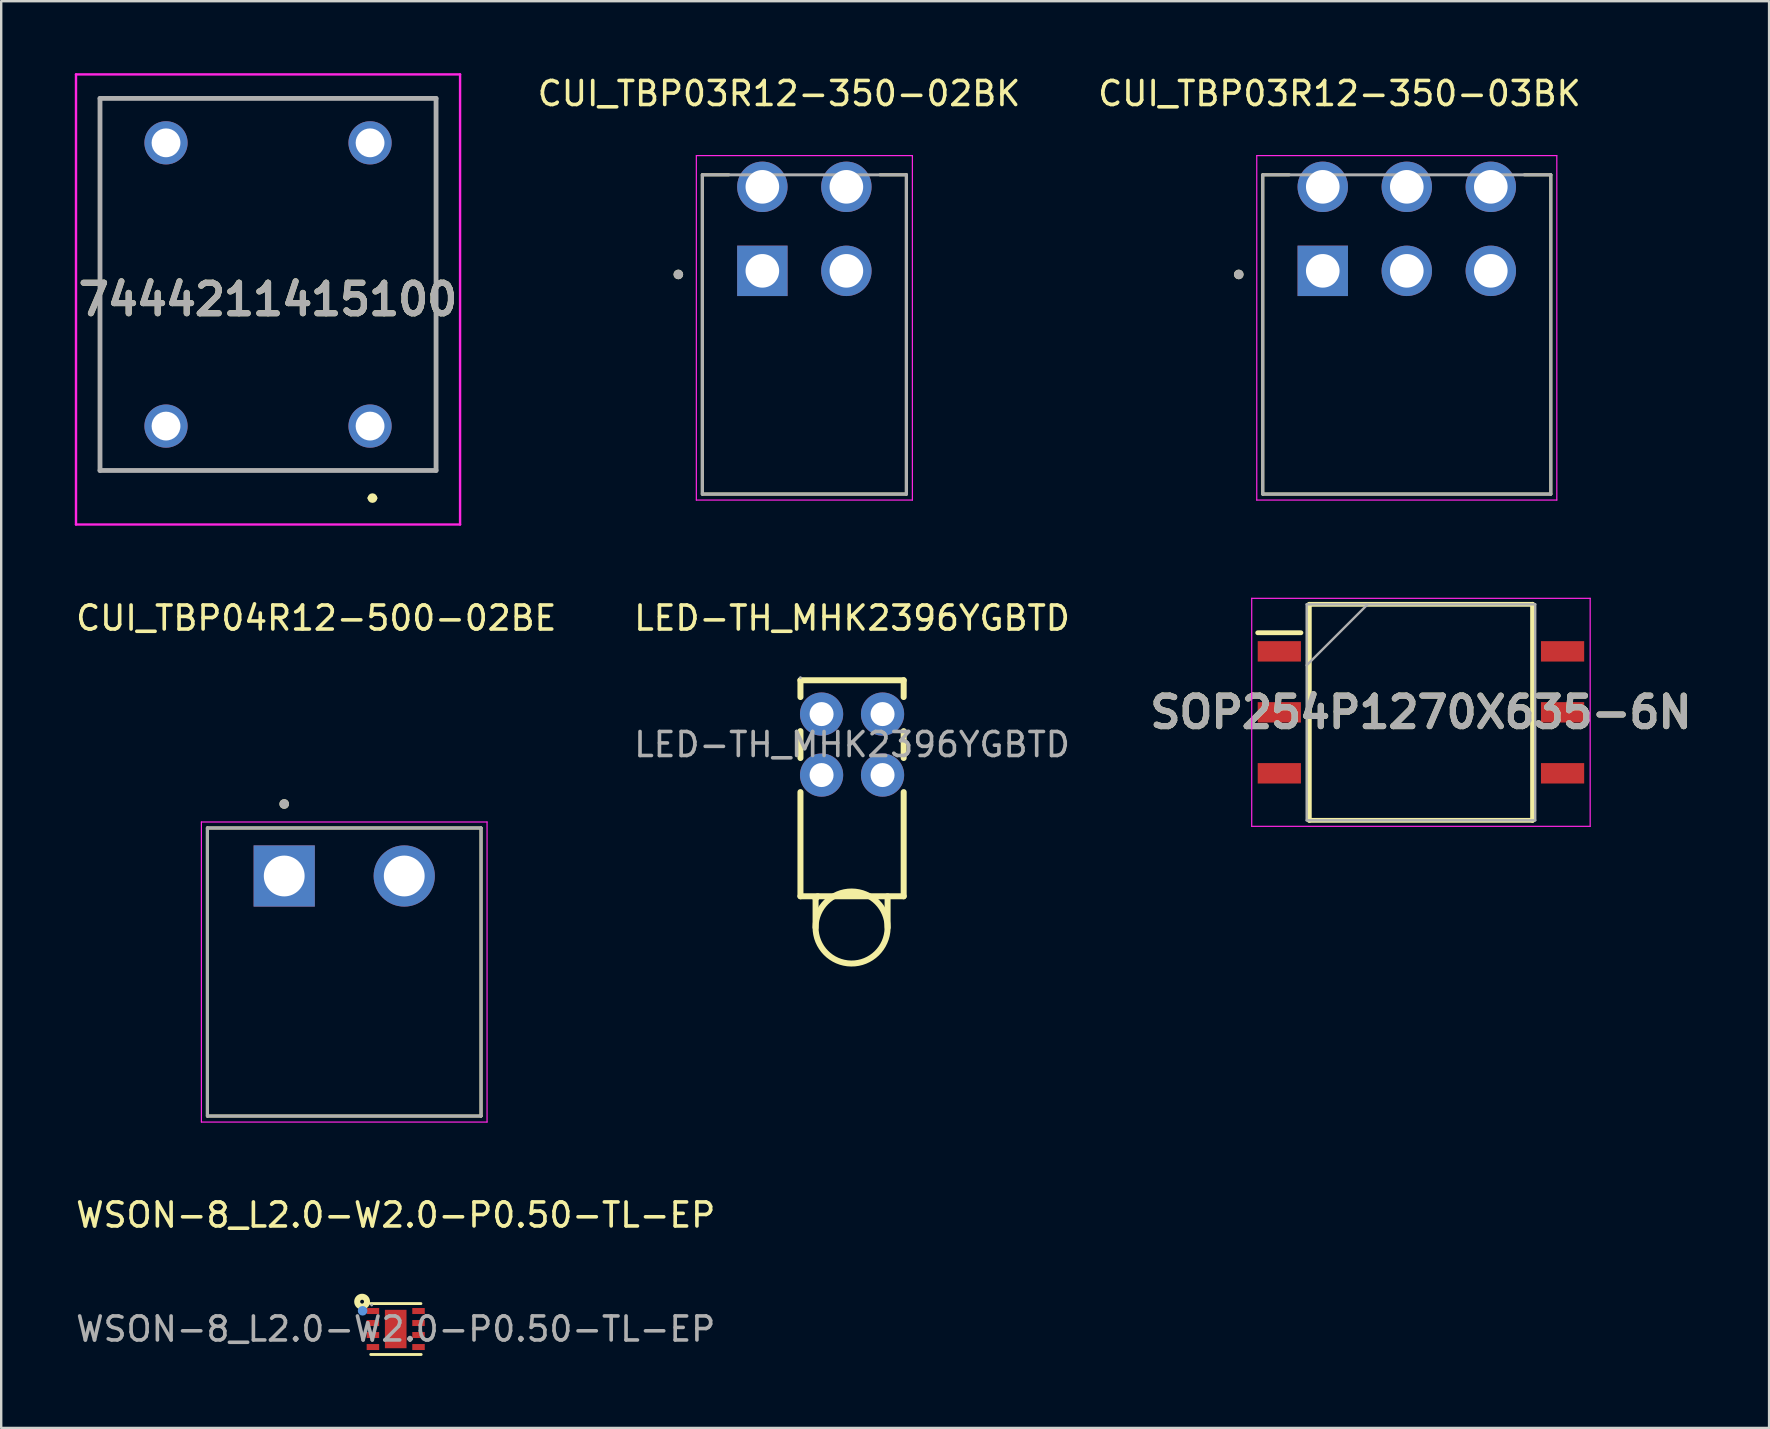
<source format=kicad_pcb>
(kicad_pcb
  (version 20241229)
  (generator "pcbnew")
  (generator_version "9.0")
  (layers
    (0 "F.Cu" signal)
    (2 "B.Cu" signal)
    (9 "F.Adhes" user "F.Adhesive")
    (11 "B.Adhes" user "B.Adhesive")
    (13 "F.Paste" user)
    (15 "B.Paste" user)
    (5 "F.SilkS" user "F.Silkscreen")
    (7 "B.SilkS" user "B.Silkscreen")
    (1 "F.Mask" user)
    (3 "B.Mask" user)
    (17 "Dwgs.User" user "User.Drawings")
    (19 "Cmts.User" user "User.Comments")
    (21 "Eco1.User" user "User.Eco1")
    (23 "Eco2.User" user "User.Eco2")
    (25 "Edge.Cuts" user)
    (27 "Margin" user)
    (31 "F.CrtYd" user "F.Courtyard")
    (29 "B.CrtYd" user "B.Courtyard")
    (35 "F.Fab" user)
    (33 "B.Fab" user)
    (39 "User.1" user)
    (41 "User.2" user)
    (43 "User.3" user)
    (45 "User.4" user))
  (footprint "CUI_TBP03R12-350-03BK"
    (layer "F.Cu")
    (at 52.055 8.233)
    (property "Reference" "CUI_TBP03R12-350-03BK" (at 0.695 -7.385 0) (layer "F.SilkS") (effects (font (size 1 1) (thickness 0.15))))
    (attr through_hole)
    (fp_line (start -2.5 -4) (end -2.5 9.3) (stroke (width 0.127) (type solid)) (layer "F.SilkS"))
    (fp_line (start -2.5 -4) (end -1.4 -4) (stroke (width 0.127) (type solid)) (layer "F.SilkS"))
    (fp_line (start -2.5 9.3) (end 9.5 9.3) (stroke (width 0.127) (type solid)) (layer "F.SilkS"))
    (fp_line (start 9.5 -4) (end 8.4 -4) (stroke (width 0.127) (type solid)) (layer "F.SilkS"))
    (fp_line (start 9.5 9.3) (end 9.5 -4) (stroke (width 0.127) (type solid)) (layer "F.SilkS"))
    (fp_circle (center -3.5 0.15) (end -3.4 0.15) (stroke (width 0.2) (type solid)) (fill no) (layer "F.SilkS"))
    (fp_line (start -2.75 -4.8) (end -2.75 9.55) (stroke (width 0.05) (type solid)) (layer "F.CrtYd"))
    (fp_line (start -2.75 9.55) (end 9.75 9.55) (stroke (width 0.05) (type solid)) (layer "F.CrtYd"))
    (fp_line (start 9.75 -4.8) (end -2.75 -4.8) (stroke (width 0.05) (type solid)) (layer "F.CrtYd"))
    (fp_line (start 9.75 9.55) (end 9.75 -4.8) (stroke (width 0.05) (type solid)) (layer "F.CrtYd"))
    (fp_line (start -2.5 -4) (end -2.5 9.3) (stroke (width 0.127) (type solid)) (layer "F.Fab"))
    (fp_line (start -2.5 9.3) (end 9.5 9.3) (stroke (width 0.127) (type solid)) (layer "F.Fab"))
    (fp_line (start 9.5 -4) (end -2.5 -4) (stroke (width 0.127) (type solid)) (layer "F.Fab"))
    (fp_line (start 9.5 9.3) (end 9.5 -4) (stroke (width 0.127) (type solid)) (layer "F.Fab"))
    (fp_circle (center -3.5 0.15) (end -3.4 0.15) (stroke (width 0.2) (type solid)) (fill no) (layer "F.Fab"))
    (pad "1A" thru_hole rect (at 0 0) (size 2.1 2.1) (drill 1.4) (layers "*.Cu" "*.Mask"))
    (pad "1B" thru_hole circle (at 0 -3.5) (size 2.1 2.1) (drill 1.4) (layers "*.Cu" "*.Mask"))
    (pad "2A" thru_hole circle (at 3.5 0) (size 2.1 2.1) (drill 1.4) (layers "*.Cu" "*.Mask"))
    (pad "2B" thru_hole circle (at 3.5 -3.5) (size 2.1 2.1) (drill 1.4) (layers "*.Cu" "*.Mask"))
    (pad "3A" thru_hole circle (at 7 0) (size 2.1 2.1) (drill 1.4) (layers "*.Cu" "*.Mask"))
    (pad "3B" thru_hole circle (at 7 -3.5) (size 2.1 2.1) (drill 1.4) (layers "*.Cu" "*.Mask")))
  (footprint "LED-TH_MHK2396YGBTD"
    (layer "F.Cu")
    (at 32.446 27.968)
    (property "Reference" "LED-TH_MHK2396YGBTD" (at 0 -5.27 0) (layer "F.SilkS") (effects (font (size 1 1) (thickness 0.15))))
    (attr through_hole)
    (fp_line (start -2.15 -2.68) (end -2.15 -1.98) (stroke (width 0.25) (type solid)) (layer "F.SilkS"))
    (fp_line (start -2.15 -0.56) (end -2.15 0.56) (stroke (width 0.25) (type solid)) (layer "F.SilkS"))
    (fp_line (start -2.15 1.98) (end -2.15 6.32) (stroke (width 0.25) (type solid)) (layer "F.SilkS"))
    (fp_line (start -1.52 6.42) (end -1.43 6.32) (stroke (width 0.25) (type solid)) (layer "F.SilkS"))
    (fp_line (start -1.52 7.62) (end -1.52 6.42) (stroke (width 0.25) (type solid)) (layer "F.SilkS"))
    (fp_line (start 1.48 7.62) (end 1.48 6.32) (stroke (width 0.25) (type solid)) (layer "F.SilkS"))
    (fp_line (start 2.15 -2.68) (end -2.15 -2.68) (stroke (width 0.25) (type solid)) (layer "F.SilkS"))
    (fp_line (start 2.15 -2.68) (end 2.15 -1.98) (stroke (width 0.25) (type solid)) (layer "F.SilkS"))
    (fp_line (start 2.15 -0.56) (end 2.15 0.56) (stroke (width 0.25) (type solid)) (layer "F.SilkS"))
    (fp_line (start 2.15 1.98) (end 2.15 6.32) (stroke (width 0.25) (type solid)) (layer "F.SilkS"))
    (fp_line (start 2.15 6.32) (end -2.15 6.32) (stroke (width 0.25) (type solid)) (layer "F.SilkS"))
    (fp_arc (start 1.479772 7.646179) (mid -1.519943 7.60691) (end 1.48 7.62) (stroke (width 0.25) (type solid)) (layer "F.SilkS"))
    (fp_circle (center -2.15 -2.79) (end -2.12 -2.79) (stroke (width 0.06) (type solid)) (fill no) (layer "F.Fab"))
    (fp_circle (center -1.27 -1.27) (end -1.15 -1.27) (stroke (width 0.25) (type solid)) (fill no) (layer "F.Fab"))
    (fp_circle (center -1.27 1.27) (end -1.15 1.27) (stroke (width 0.25) (type solid)) (fill no) (layer "F.Fab"))
    (fp_circle (center 1.27 -1.27) (end 1.39 -1.27) (stroke (width 0.25) (type solid)) (fill no) (layer "F.Fab"))
    (fp_circle (center 1.27 1.27) (end 1.39 1.27) (stroke (width 0.25) (type solid)) (fill no) (layer "F.Fab"))
    (fp_text user "${REFERENCE}" (at 0 0 0) (layer "F.Fab") (effects (font (size 1 1) (thickness 0.15))))
    (pad "1" thru_hole circle (at -1.27 -1.27) (size 1.8 1.8) (drill 1) (layers "*.Cu" "*.Mask"))
    (pad "2" thru_hole circle (at 1.27 -1.27) (size 1.8 1.8) (drill 1) (layers "*.Cu" "*.Mask"))
    (pad "3" thru_hole circle (at -1.27 1.27) (size 1.8 1.8) (drill 1) (layers "*.Cu" "*.Mask"))
    (pad "4" thru_hole circle (at 1.27 1.27) (size 1.8 1.8) (drill 1) (layers "*.Cu" "*.Mask")))
  (footprint "CUI_TBP04R12-500-02BE"
    (layer "F.Cu")
    (at 8.79 33.443)
    (property "Reference" "CUI_TBP04R12-500-02BE" (at 1.335 -10.745 0) (layer "F.SilkS") (effects (font (size 1 1) (thickness 0.15))))
    (attr through_hole)
    (fp_line (start -3.2 -2) (end 8.2 -2) (stroke (width 0.127) (type solid)) (layer "F.SilkS"))
    (fp_line (start -3.2 10) (end -3.2 -2) (stroke (width 0.127) (type solid)) (layer "F.SilkS"))
    (fp_line (start 8.2 -2) (end 8.2 10) (stroke (width 0.127) (type solid)) (layer "F.SilkS"))
    (fp_line (start 8.2 10) (end -3.2 10) (stroke (width 0.127) (type solid)) (layer "F.SilkS"))
    (fp_circle (center 0 -3) (end 0.1 -3) (stroke (width 0.2) (type solid)) (fill no) (layer "F.SilkS"))
    (fp_line (start -3.45 -2.25) (end 8.45 -2.25) (stroke (width 0.05) (type solid)) (layer "F.CrtYd"))
    (fp_line (start -3.45 10.25) (end -3.45 -2.25) (stroke (width 0.05) (type solid)) (layer "F.CrtYd"))
    (fp_line (start 8.45 -2.25) (end 8.45 10.25) (stroke (width 0.05) (type solid)) (layer "F.CrtYd"))
    (fp_line (start 8.45 10.25) (end -3.45 10.25) (stroke (width 0.05) (type solid)) (layer "F.CrtYd"))
    (fp_line (start -3.2 -2) (end 8.2 -2) (stroke (width 0.127) (type solid)) (layer "F.Fab"))
    (fp_line (start -3.2 10) (end -3.2 -2) (stroke (width 0.127) (type solid)) (layer "F.Fab"))
    (fp_line (start 8.2 -2) (end 8.2 10) (stroke (width 0.127) (type solid)) (layer "F.Fab"))
    (fp_line (start 8.2 10) (end -3.2 10) (stroke (width 0.127) (type solid)) (layer "F.Fab"))
    (fp_circle (center 0 -3) (end 0.1 -3) (stroke (width 0.2) (type solid)) (fill no) (layer "F.Fab"))
    (pad "1" thru_hole rect (at 0 0) (size 2.55 2.55) (drill 1.7) (layers "*.Cu" "*.Mask"))
    (pad "2" thru_hole circle (at 5 0) (size 2.55 2.55) (drill 1.7) (layers "*.Cu" "*.Mask")))
  (footprint "SOP254P1270X635-6N"
    (layer "F.Cu")
    (at 56.145 26.625)
    (property "Reference" "SOP254P1270X635-6N" (at 0 0 0) (layer "F.SilkS") (effects (font (size 1.27 1.27) (thickness 0.254))))
    (attr smd)
    (fp_line (start -6.8 -3.315) (end -5 -3.315) (stroke (width 0.2) (type solid)) (layer "F.SilkS"))
    (fp_line (start -4.65 -4.5) (end 4.65 -4.5) (stroke (width 0.2) (type solid)) (layer "F.SilkS"))
    (fp_line (start -4.65 4.5) (end -4.65 -4.5) (stroke (width 0.2) (type solid)) (layer "F.SilkS"))
    (fp_line (start 4.65 -4.5) (end 4.65 4.5) (stroke (width 0.2) (type solid)) (layer "F.SilkS"))
    (fp_line (start 4.65 4.5) (end -4.65 4.5) (stroke (width 0.2) (type solid)) (layer "F.SilkS"))
    (fp_line (start -7.05 -4.75) (end 7.05 -4.75) (stroke (width 0.05) (type solid)) (layer "F.CrtYd"))
    (fp_line (start -7.05 4.75) (end -7.05 -4.75) (stroke (width 0.05) (type solid)) (layer "F.CrtYd"))
    (fp_line (start 7.05 -4.75) (end 7.05 4.75) (stroke (width 0.05) (type solid)) (layer "F.CrtYd"))
    (fp_line (start 7.05 4.75) (end -7.05 4.75) (stroke (width 0.05) (type solid)) (layer "F.CrtYd"))
    (fp_line (start -4.76 -4.5) (end 4.76 -4.5) (stroke (width 0.1) (type solid)) (layer "F.Fab"))
    (fp_line (start -4.76 -1.96) (end -2.22 -4.5) (stroke (width 0.1) (type solid)) (layer "F.Fab"))
    (fp_line (start -4.76 4.5) (end -4.76 -4.5) (stroke (width 0.1) (type solid)) (layer "F.Fab"))
    (fp_line (start 4.76 -4.5) (end 4.76 4.5) (stroke (width 0.1) (type solid)) (layer "F.Fab"))
    (fp_line (start 4.76 4.5) (end -4.76 4.5) (stroke (width 0.1) (type solid)) (layer "F.Fab"))
    (fp_text user "${REFERENCE}" (at 0 0 0) (layer "F.Fab") (effects (font (size 1.27 1.27) (thickness 0.254))))
    (pad "1" smd rect (at -5.9 -2.54 90) (size 0.85 1.8) (layers "F.Cu" "F.Mask" "F.Paste"))
    (pad "2" smd rect (at -5.9 0 90) (size 0.85 1.8) (layers "F.Cu" "F.Mask" "F.Paste"))
    (pad "3" smd rect (at -5.9 2.54 90) (size 0.85 1.8) (layers "F.Cu" "F.Mask" "F.Paste"))
    (pad "4" smd rect (at 5.9 2.54 90) (size 0.85 1.8) (layers "F.Cu" "F.Mask" "F.Paste"))
    (pad "5" smd rect (at 5.9 0 90) (size 0.85 1.8) (layers "F.Cu" "F.Mask" "F.Paste"))
    (pad "6" smd rect (at 5.9 -2.54 90) (size 0.85 1.8) (layers "F.Cu" "F.Mask" "F.Paste")))
  (footprint "WSON-8_L2.0-W2.0-P0.50-TL-EP"
    (layer "F.Cu")
    (at 13.435 52.316)
    (property "Reference" "WSON-8_L2.0-W2.0-P0.50-TL-EP" (at 0 -4.75 0) (layer "F.SilkS") (effects (font (size 1 1) (thickness 0.15))))
    (attr smd)
    (fp_line (start -1.04 1.06) (end 1.06 1.06) (stroke (width 0.12) (type solid)) (layer "F.SilkS"))
    (fp_line (start 1.05 -1.06) (end -1.05 -1.06) (stroke (width 0.12) (type solid)) (layer "F.SilkS"))
    (fp_circle (center -1.4 -1.14) (end -1.32 -1.14) (stroke (width 0.25) (type solid)) (fill no) (layer "F.SilkS"))
    (fp_circle (center -1.38 -0.76) (end -1.28 -0.76) (stroke (width 0.2) (type solid)) (fill no) (layer "Cmts.User"))
    (fp_circle (center -1 -1) (end -0.97 -1) (stroke (width 0.06) (type solid)) (fill no) (layer "F.Fab"))
    (fp_text user "${REFERENCE}" (at 0 0 0) (layer "F.Fab") (effects (font (size 1 1) (thickness 0.15))))
    (pad "1" smd rect (at -0.95 -0.75) (size 0.52 0.25) (layers "F.Cu" "F.Mask" "F.Paste"))
    (pad "2" smd rect (at -0.95 -0.25) (size 0.52 0.25) (layers "F.Cu" "F.Mask" "F.Paste"))
    (pad "3" smd rect (at -0.95 0.25) (size 0.52 0.25) (layers "F.Cu" "F.Mask" "F.Paste"))
    (pad "4" smd rect (at -0.95 0.75) (size 0.52 0.25) (layers "F.Cu" "F.Mask" "F.Paste"))
    (pad "5" smd rect (at 0.95 0.75) (size 0.52 0.25) (layers "F.Cu" "F.Mask" "F.Paste"))
    (pad "6" smd rect (at 0.95 0.25) (size 0.52 0.25) (layers "F.Cu" "F.Mask" "F.Paste"))
    (pad "7" smd rect (at 0.95 -0.25) (size 0.52 0.25) (layers "F.Cu" "F.Mask" "F.Paste"))
    (pad "8" smd rect (at 0.95 -0.75) (size 0.52 0.25) (layers "F.Cu" "F.Mask" "F.Paste"))
    (pad "9" smd rect (at 0 0) (size 0.9 1.6) (layers "F.Cu" "F.Mask" "F.Paste")))
  (footprint "7444211415100"
    (layer "F.Cu")
    (at 12.366 14.7)
    (property "Reference" "7444211415100" (at -4.25 -5.275 0) (layer "F.SilkS") (effects (font (size 1.27 1.27) (thickness 0.254))))
    (attr through_hole)
    (fp_line (start -11.25 -13.65) (end 2.75 -13.65) (stroke (width 0.1) (type solid)) (layer "F.SilkS"))
    (fp_line (start -11.25 1.85) (end -11.25 -13.65) (stroke (width 0.1) (type solid)) (layer "F.SilkS"))
    (fp_line (start 0 3) (end 0 3) (stroke (width 0.2) (type solid)) (layer "F.SilkS"))
    (fp_line (start 0.2 3) (end 0.2 3) (stroke (width 0.2) (type solid)) (layer "F.SilkS"))
    (fp_line (start 2.75 -13.65) (end 2.75 1.85) (stroke (width 0.1) (type solid)) (layer "F.SilkS"))
    (fp_line (start 2.75 1.85) (end -11.25 1.85) (stroke (width 0.1) (type solid)) (layer "F.SilkS"))
    (fp_arc (start 0 3) (mid 0.1 2.9) (end 0.2 3) (stroke (width 0.2) (type solid)) (layer "F.SilkS"))
    (fp_arc (start 0.2 3) (mid 0.1 3.1) (end 0 3) (stroke (width 0.2) (type solid)) (layer "F.SilkS"))
    (fp_line (start -12.25 -14.65) (end 3.75 -14.65) (stroke (width 0.1) (type solid)) (layer "F.CrtYd"))
    (fp_line (start -12.25 4.1) (end -12.25 -14.65) (stroke (width 0.1) (type solid)) (layer "F.CrtYd"))
    (fp_line (start 3.75 -14.65) (end 3.75 4.1) (stroke (width 0.1) (type solid)) (layer "F.CrtYd"))
    (fp_line (start 3.75 4.1) (end -12.25 4.1) (stroke (width 0.1) (type solid)) (layer "F.CrtYd"))
    (fp_line (start -11.25 -13.65) (end 2.75 -13.65) (stroke (width 0.2) (type solid)) (layer "F.Fab"))
    (fp_line (start -11.25 1.85) (end -11.25 -13.65) (stroke (width 0.2) (type solid)) (layer "F.Fab"))
    (fp_line (start 2.75 -13.65) (end 2.75 1.85) (stroke (width 0.2) (type solid)) (layer "F.Fab"))
    (fp_line (start 2.75 1.85) (end -11.25 1.85) (stroke (width 0.2) (type solid)) (layer "F.Fab"))
    (fp_text user "${REFERENCE}" (at -4.25 -5.275 0) (layer "F.Fab") (effects (font (size 1.27 1.27) (thickness 0.254))))
    (pad "1" thru_hole circle (at 0 0) (size 1.8 1.8) (drill 1.2) (layers "*.Cu" "*.Mask"))
    (pad "2" thru_hole circle (at 0 -11.8) (size 1.8 1.8) (drill 1.2) (layers "*.Cu" "*.Mask"))
    (pad "3" thru_hole circle (at -8.5 -11.8) (size 1.8 1.8) (drill 1.2) (layers "*.Cu" "*.Mask"))
    (pad "4" thru_hole circle (at -8.5 0) (size 1.8 1.8) (drill 1.2) (layers "*.Cu" "*.Mask")))
  (footprint "CUI_TBP03R12-350-02BK"
    (layer "F.Cu")
    (at 28.709 8.233)
    (property "Reference" "CUI_TBP03R12-350-02BK" (at 0.695 -7.385 0) (layer "F.SilkS") (effects (font (size 1 1) (thickness 0.15))))
    (attr through_hole)
    (fp_line (start -2.5 -4) (end -2.5 9.3) (stroke (width 0.127) (type solid)) (layer "F.SilkS"))
    (fp_line (start -2.5 -4) (end -1.4 -4) (stroke (width 0.127) (type solid)) (layer "F.SilkS"))
    (fp_line (start -2.5 9.3) (end 6 9.3) (stroke (width 0.127) (type solid)) (layer "F.SilkS"))
    (fp_line (start 6 -4) (end 4.9 -4) (stroke (width 0.127) (type solid)) (layer "F.SilkS"))
    (fp_line (start 6 9.3) (end 6 -4) (stroke (width 0.127) (type solid)) (layer "F.SilkS"))
    (fp_circle (center -3.5 0.15) (end -3.4 0.15) (stroke (width 0.2) (type solid)) (fill no) (layer "F.SilkS"))
    (fp_line (start -2.75 -4.8) (end -2.75 9.55) (stroke (width 0.05) (type solid)) (layer "F.CrtYd"))
    (fp_line (start -2.75 9.55) (end 6.25 9.55) (stroke (width 0.05) (type solid)) (layer "F.CrtYd"))
    (fp_line (start 6.25 -4.8) (end -2.75 -4.8) (stroke (width 0.05) (type solid)) (layer "F.CrtYd"))
    (fp_line (start 6.25 9.55) (end 6.25 -4.8) (stroke (width 0.05) (type solid)) (layer "F.CrtYd"))
    (fp_line (start -2.5 -4) (end -2.5 9.3) (stroke (width 0.127) (type solid)) (layer "F.Fab"))
    (fp_line (start -2.5 9.3) (end 6 9.3) (stroke (width 0.127) (type solid)) (layer "F.Fab"))
    (fp_line (start 6 -4) (end -2.5 -4) (stroke (width 0.127) (type solid)) (layer "F.Fab"))
    (fp_line (start 6 9.3) (end 6 -4) (stroke (width 0.127) (type solid)) (layer "F.Fab"))
    (fp_circle (center -3.5 0.15) (end -3.4 0.15) (stroke (width 0.2) (type solid)) (fill no) (layer "F.Fab"))
    (pad "1A" thru_hole rect (at 0 0) (size 2.1 2.1) (drill 1.4) (layers "*.Cu" "*.Mask"))
    (pad "1B" thru_hole circle (at 0 -3.5) (size 2.1 2.1) (drill 1.4) (layers "*.Cu" "*.Mask"))
    (pad "2A" thru_hole circle (at 3.5 0) (size 2.1 2.1) (drill 1.4) (layers "*.Cu" "*.Mask"))
    (pad "2B" thru_hole circle (at 3.5 -3.5) (size 2.1 2.1) (drill 1.4) (layers "*.Cu" "*.Mask")))
  (gr_rect
    (start -3 -3)
    (end 70.648 56.437)
    (stroke (width 0.1) (type default))
    (fill no)
    (layer "Edge.Cuts")))
</source>
